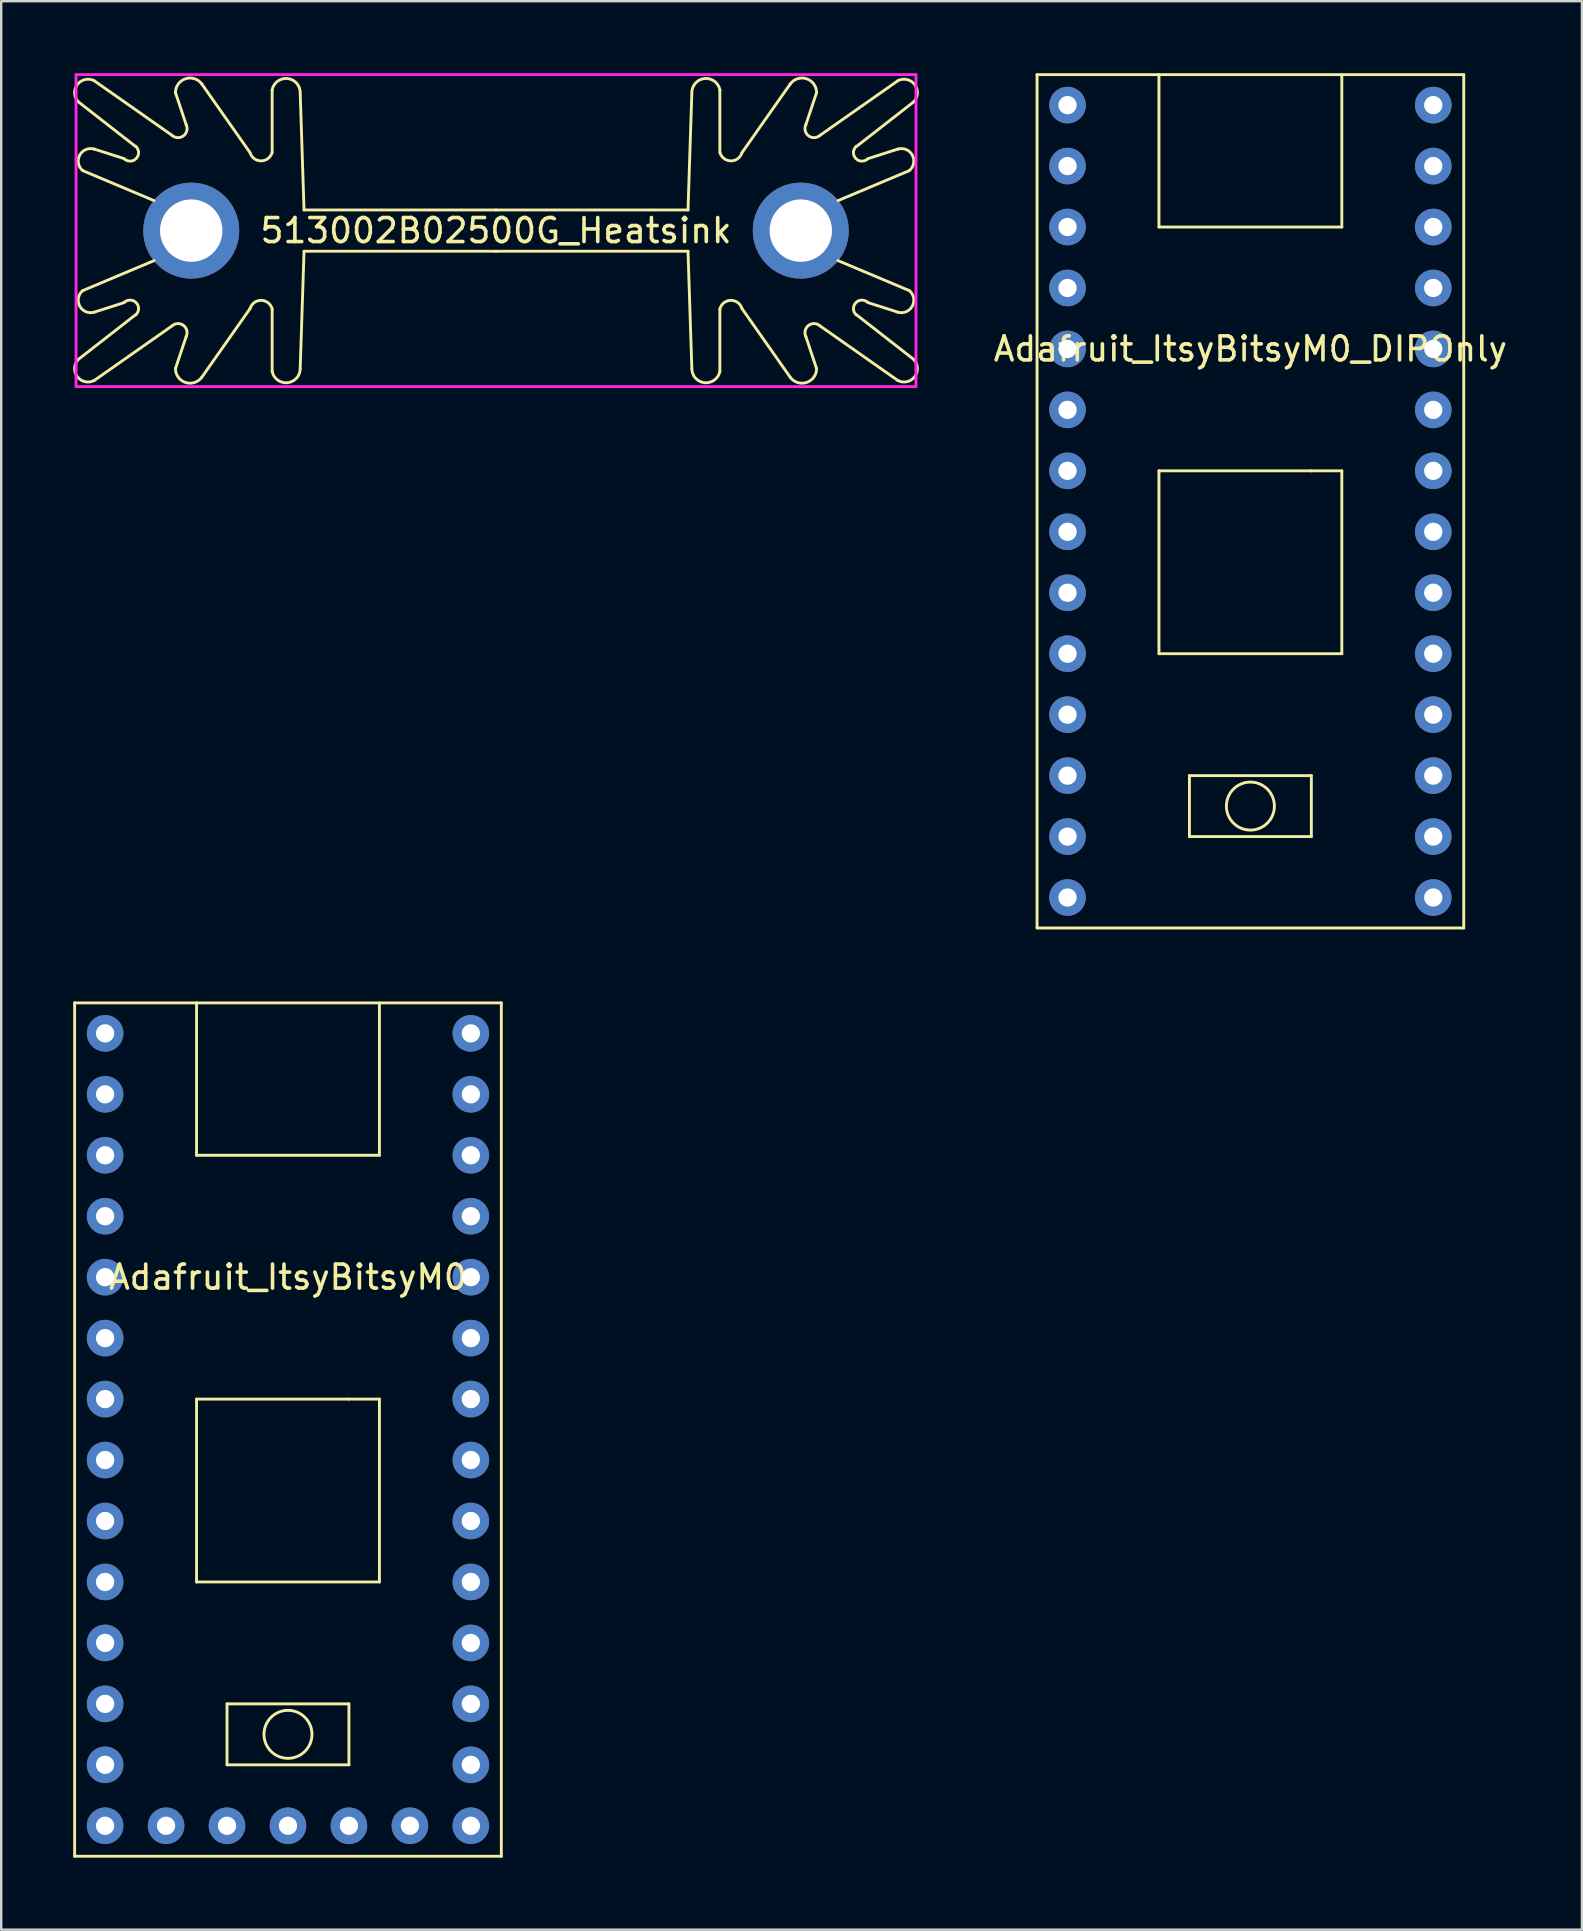
<source format=kicad_pcb>
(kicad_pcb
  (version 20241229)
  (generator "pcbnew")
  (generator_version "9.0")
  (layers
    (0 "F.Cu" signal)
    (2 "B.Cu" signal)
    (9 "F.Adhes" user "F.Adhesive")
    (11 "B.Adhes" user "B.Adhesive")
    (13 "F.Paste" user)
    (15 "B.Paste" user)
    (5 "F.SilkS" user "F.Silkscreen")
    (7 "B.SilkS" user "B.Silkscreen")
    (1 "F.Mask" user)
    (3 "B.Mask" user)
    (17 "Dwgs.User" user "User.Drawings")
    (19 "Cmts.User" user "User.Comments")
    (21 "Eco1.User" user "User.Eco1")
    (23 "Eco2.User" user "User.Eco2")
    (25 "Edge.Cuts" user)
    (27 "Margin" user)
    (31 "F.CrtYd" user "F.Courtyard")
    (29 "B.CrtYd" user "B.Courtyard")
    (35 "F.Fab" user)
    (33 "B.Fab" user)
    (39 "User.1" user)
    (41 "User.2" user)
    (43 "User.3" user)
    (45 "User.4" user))
  (footprint "513002B02500G_Heatsink"
    (layer "F.Cu")
    (at 17.619 6.56)
    (property "Reference" "513002B02500G_Heatsink" (at 0 0 0) (layer "F.SilkS") (effects (font (size 1 1) (thickness 0.15))))
    (attr through_hole)
    (fp_line (start -17.412 -5.372) (end -15.012 -3.5) (stroke (width 0.12) (type solid)) (layer "F.SilkS"))
    (fp_line (start -17.412 5.372) (end -15.012 3.5) (stroke (width 0.12) (type solid)) (layer "F.SilkS"))
    (fp_line (start -17.222 -2.5) (end -14.25 -1.25) (stroke (width 0.12) (type solid)) (layer "F.SilkS"))
    (fp_line (start -17.222 2.5) (end -14.25 1.25) (stroke (width 0.12) (type solid)) (layer "F.SilkS"))
    (fp_line (start -15.5 -3) (end -16.75 -3.4) (stroke (width 0.12) (type solid)) (layer "F.SilkS"))
    (fp_line (start -15.5 3) (end -16.75 3.4) (stroke (width 0.12) (type solid)) (layer "F.SilkS"))
    (fp_line (start -13.5 -3.97) (end -16.75 -6.25) (stroke (width 0.12) (type solid)) (layer "F.SilkS"))
    (fp_line (start -13.5 3.97) (end -16.75 6.25) (stroke (width 0.12) (type solid)) (layer "F.SilkS"))
    (fp_line (start -13.358 -5.75) (end -12.91 -4.411) (stroke (width 0.12) (type solid)) (layer "F.SilkS"))
    (fp_line (start -13.358 5.75) (end -12.91 4.411) (stroke (width 0.12) (type solid)) (layer "F.SilkS"))
    (fp_line (start -10.25 -3.25) (end -12.26 -6.11) (stroke (width 0.12) (type solid)) (layer "F.SilkS"))
    (fp_line (start -10.25 3.25) (end -12.26 6.11) (stroke (width 0.12) (type solid)) (layer "F.SilkS"))
    (fp_line (start -9.328 -5.868) (end -9.328 -3.265) (stroke (width 0.12) (type solid)) (layer "F.SilkS"))
    (fp_line (start -9.328 5.868) (end -9.328 3.265) (stroke (width 0.12) (type solid)) (layer "F.SilkS"))
    (fp_line (start -8.16 -5.75) (end -8 -0.86) (stroke (width 0.12) (type solid)) (layer "F.SilkS"))
    (fp_line (start -8.16 5.75) (end -8 0.86) (stroke (width 0.12) (type solid)) (layer "F.SilkS"))
    (fp_line (start -8 -0.86) (end 0 -0.86) (stroke (width 0.12) (type solid)) (layer "F.SilkS"))
    (fp_line (start -8 0.86) (end 0 0.86) (stroke (width 0.12) (type solid)) (layer "F.SilkS"))
    (fp_line (start 8 -0.86) (end 0 -0.86) (stroke (width 0.12) (type solid)) (layer "F.SilkS"))
    (fp_line (start 8 0.86) (end 0 0.86) (stroke (width 0.12) (type solid)) (layer "F.SilkS"))
    (fp_line (start 8.16 -5.75) (end 8 -0.86) (stroke (width 0.12) (type solid)) (layer "F.SilkS"))
    (fp_line (start 8.16 5.75) (end 8 0.86) (stroke (width 0.12) (type solid)) (layer "F.SilkS"))
    (fp_line (start 9.328 -5.868) (end 9.328 -3.265) (stroke (width 0.12) (type solid)) (layer "F.SilkS"))
    (fp_line (start 9.328 5.868) (end 9.328 3.265) (stroke (width 0.12) (type solid)) (layer "F.SilkS"))
    (fp_line (start 10.25 -3.25) (end 12.26 -6.11) (stroke (width 0.12) (type solid)) (layer "F.SilkS"))
    (fp_line (start 10.25 3.25) (end 12.26 6.11) (stroke (width 0.12) (type solid)) (layer "F.SilkS"))
    (fp_line (start 13.358 -5.75) (end 12.91 -4.411) (stroke (width 0.12) (type solid)) (layer "F.SilkS"))
    (fp_line (start 13.358 5.75) (end 12.91 4.411) (stroke (width 0.12) (type solid)) (layer "F.SilkS"))
    (fp_line (start 13.5 -3.97) (end 16.75 -6.25) (stroke (width 0.12) (type solid)) (layer "F.SilkS"))
    (fp_line (start 13.5 3.97) (end 16.75 6.25) (stroke (width 0.12) (type solid)) (layer "F.SilkS"))
    (fp_line (start 15.5 -3) (end 16.75 -3.4) (stroke (width 0.12) (type solid)) (layer "F.SilkS"))
    (fp_line (start 15.5 3) (end 16.75 3.4) (stroke (width 0.12) (type solid)) (layer "F.SilkS"))
    (fp_line (start 17.222 -2.5) (end 14.25 -1.25) (stroke (width 0.12) (type solid)) (layer "F.SilkS"))
    (fp_line (start 17.222 2.5) (end 14.25 1.25) (stroke (width 0.12) (type solid)) (layer "F.SilkS"))
    (fp_line (start 17.412 -5.372) (end 15.012 -3.5) (stroke (width 0.12) (type solid)) (layer "F.SilkS"))
    (fp_line (start 17.412 5.372) (end 15.012 3.5) (stroke (width 0.12) (type solid)) (layer "F.SilkS"))
    (fp_arc (start -17.411926 -5.372089) (mid -17.44636 -6.086546) (end -16.75 -6.25) (stroke (width 0.12) (type solid)) (layer "F.SilkS"))
    (fp_arc (start -17.221567 -2.5) (mid -17.349875 -3.140649) (end -16.75 -3.399579) (stroke (width 0.12) (type solid)) (layer "F.SilkS"))
    (fp_arc (start -16.75 3.399579) (mid -17.349966 3.140476) (end -17.221265 2.499749) (stroke (width 0.12) (type solid)) (layer "F.SilkS"))
    (fp_arc (start -16.75 6.25) (mid -17.446363 6.086542) (end -17.41192 5.372082) (stroke (width 0.12) (type solid)) (layer "F.SilkS"))
    (fp_arc (start -15.5 3) (mid -14.993967 3.006183) (end -15.012511 3.511914) (stroke (width 0.12) (type solid)) (layer "F.SilkS"))
    (fp_arc (start -15.01229 -3.511714) (mid -14.994069 -3.006075) (end -15.5 -3) (stroke (width 0.12) (type solid)) (layer "F.SilkS"))
    (fp_arc (start -13.5 3.969531) (mid -13.025004 3.949102) (end -12.910286 4.41049) (stroke (width 0.12) (type solid)) (layer "F.SilkS"))
    (fp_arc (start -13.35803 -5.75) (mid -12.939428 -6.32777) (end -12.26 -6.11) (stroke (width 0.12) (type solid)) (layer "F.SilkS"))
    (fp_arc (start -12.910336 -4.410596) (mid -13.024957 -3.949138) (end -13.5 -3.969531) (stroke (width 0.12) (type solid)) (layer "F.SilkS"))
    (fp_arc (start -12.26 6.11) (mid -12.93945 6.327762) (end -13.35803 5.749952) (stroke (width 0.12) (type solid)) (layer "F.SilkS"))
    (fp_arc (start -10.25 3.25) (mid -9.782991 2.906304) (end -9.327932 3.265672) (stroke (width 0.12) (type solid)) (layer "F.SilkS"))
    (fp_arc (start -9.328495 -5.867659) (mid -8.700833 -6.338288) (end -8.16 -5.77) (stroke (width 0.12) (type solid)) (layer "F.SilkS"))
    (fp_arc (start -9.328025 -3.265308) (mid -9.783179 -2.906301) (end -10.25 -3.25) (stroke (width 0.12) (type solid)) (layer "F.SilkS"))
    (fp_arc (start -8.16 5.77) (mid -8.701028 6.338304) (end -9.328573 5.867276) (stroke (width 0.12) (type solid)) (layer "F.SilkS"))
    (fp_arc (start 8.16 -5.77) (mid 8.700833 -6.338288) (end 9.328495 -5.867659) (stroke (width 0.12) (type solid)) (layer "F.SilkS"))
    (fp_arc (start 9.327932 3.265672) (mid 9.782991 2.906304) (end 10.25 3.25) (stroke (width 0.12) (type solid)) (layer "F.SilkS"))
    (fp_arc (start 9.328573 5.867276) (mid 8.701028 6.338304) (end 8.16 5.77) (stroke (width 0.12) (type solid)) (layer "F.SilkS"))
    (fp_arc (start 10.25 -3.25) (mid 9.783179 -2.906301) (end 9.328025 -3.265308) (stroke (width 0.12) (type solid)) (layer "F.SilkS"))
    (fp_arc (start 12.26 -6.11) (mid 12.939427 -6.327769) (end 13.35803 -5.75) (stroke (width 0.12) (type solid)) (layer "F.SilkS"))
    (fp_arc (start 12.910286 4.41049) (mid 13.025004 3.949102) (end 13.5 3.969531) (stroke (width 0.12) (type solid)) (layer "F.SilkS"))
    (fp_arc (start 13.35803 5.749952) (mid 12.93945 6.327762) (end 12.26 6.11) (stroke (width 0.12) (type solid)) (layer "F.SilkS"))
    (fp_arc (start 13.5 -3.969531) (mid 13.024957 -3.949137) (end 12.910336 -4.410596) (stroke (width 0.12) (type solid)) (layer "F.SilkS"))
    (fp_arc (start 15.012511 3.511914) (mid 14.993967 3.006183) (end 15.5 3) (stroke (width 0.12) (type solid)) (layer "F.SilkS"))
    (fp_arc (start 15.5 -3) (mid 14.994069 -3.006075) (end 15.01229 -3.511714) (stroke (width 0.12) (type solid)) (layer "F.SilkS"))
    (fp_arc (start 16.75 -6.25) (mid 17.44636 -6.086546) (end 17.411926 -5.372089) (stroke (width 0.12) (type solid)) (layer "F.SilkS"))
    (fp_arc (start 16.75 -3.399579) (mid 17.349875 -3.140649) (end 17.221567 -2.5) (stroke (width 0.12) (type solid)) (layer "F.SilkS"))
    (fp_arc (start 17.221265 2.499749) (mid 17.349967 3.140476) (end 16.75 3.399579) (stroke (width 0.12) (type solid)) (layer "F.SilkS"))
    (fp_arc (start 17.41192 5.372082) (mid 17.446363 6.086542) (end 16.75 6.25) (stroke (width 0.12) (type solid)) (layer "F.SilkS"))
    (fp_line (start -17.5 -6.5) (end 17.5 -6.5) (stroke (width 0.12) (type solid)) (layer "F.CrtYd"))
    (fp_line (start -17.5 6.5) (end -17.5 -6.5) (stroke (width 0.12) (type solid)) (layer "F.CrtYd"))
    (fp_line (start 17.5 -6.5) (end 17.5 6.5) (stroke (width 0.12) (type solid)) (layer "F.CrtYd"))
    (fp_line (start 17.5 6.5) (end -17.5 6.5) (stroke (width 0.12) (type solid)) (layer "F.CrtYd"))
    (pad "1" thru_hole circle (at -12.7 0 180) (size 4 4) (drill 2.6) (layers "*.Cu" "*.Mask"))
    (pad "1" thru_hole circle (at 12.7 0) (size 4 4) (drill 2.6) (layers "*.Cu" "*.Mask")))
  (footprint "Adafruit_ItsyBitsyM0"
    (layer "F.Cu")
    (at 8.95 56.52)
    (property "Reference" "Adafruit_ItsyBitsyM0" (at 0 -6.35 0) (layer "F.SilkS") (effects (font (size 1 1) (thickness 0.15))))
    (attr through_hole)
    (fp_line (start -8.89 -17.78) (end 8.89 -17.78) (stroke (width 0.12) (type solid)) (layer "F.SilkS"))
    (fp_line (start -8.89 17.78) (end -8.89 -17.78) (stroke (width 0.12) (type solid)) (layer "F.SilkS"))
    (fp_line (start -3.81 -17.78) (end -3.81 -11.43) (stroke (width 0.12) (type solid)) (layer "F.SilkS"))
    (fp_line (start -3.81 -11.43) (end 3.81 -11.43) (stroke (width 0.12) (type solid)) (layer "F.SilkS"))
    (fp_line (start -3.81 -1.27) (end 2.54 -1.27) (stroke (width 0.12) (type solid)) (layer "F.SilkS"))
    (fp_line (start -3.81 6.35) (end -3.81 -1.27) (stroke (width 0.12) (type solid)) (layer "F.SilkS"))
    (fp_line (start -2.54 11.43) (end -2.54 13.97) (stroke (width 0.12) (type solid)) (layer "F.SilkS"))
    (fp_line (start -2.54 13.97) (end 2.54 13.97) (stroke (width 0.12) (type solid)) (layer "F.SilkS"))
    (fp_line (start 2.54 -1.27) (end 3.81 -1.27) (stroke (width 0.12) (type solid)) (layer "F.SilkS"))
    (fp_line (start 2.54 11.43) (end -2.54 11.43) (stroke (width 0.12) (type solid)) (layer "F.SilkS"))
    (fp_line (start 2.54 13.97) (end 2.54 11.43) (stroke (width 0.12) (type solid)) (layer "F.SilkS"))
    (fp_line (start 3.81 -11.43) (end 3.81 -17.78) (stroke (width 0.12) (type solid)) (layer "F.SilkS"))
    (fp_line (start 3.81 -1.27) (end 3.81 6.35) (stroke (width 0.12) (type solid)) (layer "F.SilkS"))
    (fp_line (start 3.81 6.35) (end -3.81 6.35) (stroke (width 0.12) (type solid)) (layer "F.SilkS"))
    (fp_line (start 8.89 -17.78) (end 8.89 17.78) (stroke (width 0.12) (type solid)) (layer "F.SilkS"))
    (fp_line (start 8.89 17.78) (end -8.89 17.78) (stroke (width 0.12) (type solid)) (layer "F.SilkS"))
    (fp_circle (center 0 12.7) (end 1 12.7) (stroke (width 0.12) (type solid)) (fill no) (layer "F.SilkS"))
    (pad "1" thru_hole circle (at -7.62 -16.51) (size 1.524 1.524) (drill 0.762) (layers "*.Cu" "*.Mask"))
    (pad "2" thru_hole circle (at -7.62 -13.97) (size 1.524 1.524) (drill 0.762) (layers "*.Cu" "*.Mask"))
    (pad "3" thru_hole circle (at -7.62 -11.43) (size 1.524 1.524) (drill 0.762) (layers "*.Cu" "*.Mask"))
    (pad "4" thru_hole circle (at -7.62 -8.89) (size 1.524 1.524) (drill 0.762) (layers "*.Cu" "*.Mask"))
    (pad "5" thru_hole circle (at -7.62 -6.35) (size 1.524 1.524) (drill 0.762) (layers "*.Cu" "*.Mask"))
    (pad "6" thru_hole circle (at -7.62 -3.81) (size 1.524 1.524) (drill 0.762) (layers "*.Cu" "*.Mask"))
    (pad "7" thru_hole circle (at -7.62 -1.27) (size 1.524 1.524) (drill 0.762) (layers "*.Cu" "*.Mask"))
    (pad "8" thru_hole circle (at -7.62 1.27) (size 1.524 1.524) (drill 0.762) (layers "*.Cu" "*.Mask"))
    (pad "9" thru_hole circle (at -7.62 3.81) (size 1.524 1.524) (drill 0.762) (layers "*.Cu" "*.Mask"))
    (pad "10" thru_hole circle (at -7.62 6.35) (size 1.524 1.524) (drill 0.762) (layers "*.Cu" "*.Mask"))
    (pad "11" thru_hole circle (at -7.62 8.89) (size 1.524 1.524) (drill 0.762) (layers "*.Cu" "*.Mask"))
    (pad "12" thru_hole circle (at -7.62 11.43) (size 1.524 1.524) (drill 0.762) (layers "*.Cu" "*.Mask"))
    (pad "13" thru_hole circle (at -7.62 13.97) (size 1.524 1.524) (drill 0.762) (layers "*.Cu" "*.Mask"))
    (pad "14" thru_hole circle (at -7.62 16.51) (size 1.524 1.524) (drill 0.762) (layers "*.Cu" "*.Mask"))
    (pad "15" thru_hole circle (at -5.08 16.51) (size 1.524 1.524) (drill 0.762) (layers "*.Cu" "*.Mask"))
    (pad "16" thru_hole circle (at -2.54 16.51) (size 1.524 1.524) (drill 0.762) (layers "*.Cu" "*.Mask"))
    (pad "17" thru_hole circle (at 0 16.51) (size 1.524 1.524) (drill 0.762) (layers "*.Cu" "*.Mask"))
    (pad "18" thru_hole circle (at 2.54 16.51) (size 1.524 1.524) (drill 0.762) (layers "*.Cu" "*.Mask"))
    (pad "19" thru_hole circle (at 5.08 16.51) (size 1.524 1.524) (drill 0.762) (layers "*.Cu" "*.Mask"))
    (pad "20" thru_hole circle (at 7.62 16.51) (size 1.524 1.524) (drill 0.762) (layers "*.Cu" "*.Mask"))
    (pad "21" thru_hole circle (at 7.62 13.97) (size 1.524 1.524) (drill 0.762) (layers "*.Cu" "*.Mask"))
    (pad "22" thru_hole circle (at 7.62 11.43) (size 1.524 1.524) (drill 0.762) (layers "*.Cu" "*.Mask"))
    (pad "23" thru_hole circle (at 7.62 8.89) (size 1.524 1.524) (drill 0.762) (layers "*.Cu" "*.Mask"))
    (pad "24" thru_hole circle (at 7.62 6.35) (size 1.524 1.524) (drill 0.762) (layers "*.Cu" "*.Mask"))
    (pad "25" thru_hole circle (at 7.62 3.81) (size 1.524 1.524) (drill 0.762) (layers "*.Cu" "*.Mask"))
    (pad "26" thru_hole circle (at 7.62 1.27) (size 1.524 1.524) (drill 0.762) (layers "*.Cu" "*.Mask"))
    (pad "27" thru_hole circle (at 7.62 -1.27) (size 1.524 1.524) (drill 0.762) (layers "*.Cu" "*.Mask"))
    (pad "28" thru_hole circle (at 7.62 -3.81) (size 1.524 1.524) (drill 0.762) (layers "*.Cu" "*.Mask"))
    (pad "29" thru_hole circle (at 7.62 -6.35) (size 1.524 1.524) (drill 0.762) (layers "*.Cu" "*.Mask"))
    (pad "30" thru_hole circle (at 7.62 -8.89) (size 1.524 1.524) (drill 0.762) (layers "*.Cu" "*.Mask"))
    (pad "31" thru_hole circle (at 7.62 -11.43) (size 1.524 1.524) (drill 0.762) (layers "*.Cu" "*.Mask"))
    (pad "32" thru_hole circle (at 7.62 -13.97) (size 1.524 1.524) (drill 0.762) (layers "*.Cu" "*.Mask"))
    (pad "33" thru_hole circle (at 7.62 -16.51) (size 1.524 1.524) (drill 0.762) (layers "*.Cu" "*.Mask")))
  (footprint "Adafruit_ItsyBitsyM0_DIPOnly"
    (layer "F.Cu")
    (at 49.054 17.84)
    (property "Reference" "Adafruit_ItsyBitsyM0_DIPOnly" (at 0 -6.35 0) (layer "F.SilkS") (effects (font (size 1 1) (thickness 0.15))))
    (attr through_hole)
    (fp_line (start -8.89 -17.78) (end 8.89 -17.78) (stroke (width 0.12) (type solid)) (layer "F.SilkS"))
    (fp_line (start -8.89 17.78) (end -8.89 -17.78) (stroke (width 0.12) (type solid)) (layer "F.SilkS"))
    (fp_line (start -3.81 -17.78) (end -3.81 -11.43) (stroke (width 0.12) (type solid)) (layer "F.SilkS"))
    (fp_line (start -3.81 -11.43) (end 3.81 -11.43) (stroke (width 0.12) (type solid)) (layer "F.SilkS"))
    (fp_line (start -3.81 -1.27) (end 2.54 -1.27) (stroke (width 0.12) (type solid)) (layer "F.SilkS"))
    (fp_line (start -3.81 6.35) (end -3.81 -1.27) (stroke (width 0.12) (type solid)) (layer "F.SilkS"))
    (fp_line (start -2.54 11.43) (end -2.54 13.97) (stroke (width 0.12) (type solid)) (layer "F.SilkS"))
    (fp_line (start -2.54 13.97) (end 2.54 13.97) (stroke (width 0.12) (type solid)) (layer "F.SilkS"))
    (fp_line (start 2.54 -1.27) (end 3.81 -1.27) (stroke (width 0.12) (type solid)) (layer "F.SilkS"))
    (fp_line (start 2.54 11.43) (end -2.54 11.43) (stroke (width 0.12) (type solid)) (layer "F.SilkS"))
    (fp_line (start 2.54 13.97) (end 2.54 11.43) (stroke (width 0.12) (type solid)) (layer "F.SilkS"))
    (fp_line (start 3.81 -11.43) (end 3.81 -17.78) (stroke (width 0.12) (type solid)) (layer "F.SilkS"))
    (fp_line (start 3.81 -1.27) (end 3.81 6.35) (stroke (width 0.12) (type solid)) (layer "F.SilkS"))
    (fp_line (start 3.81 6.35) (end -3.81 6.35) (stroke (width 0.12) (type solid)) (layer "F.SilkS"))
    (fp_line (start 8.89 -17.78) (end 8.89 17.78) (stroke (width 0.12) (type solid)) (layer "F.SilkS"))
    (fp_line (start 8.89 17.78) (end -8.89 17.78) (stroke (width 0.12) (type solid)) (layer "F.SilkS"))
    (fp_circle (center 0 12.7) (end 1 12.7) (stroke (width 0.12) (type solid)) (fill no) (layer "F.SilkS"))
    (pad "1" thru_hole circle (at -7.62 -16.51) (size 1.524 1.524) (drill 0.762) (layers "*.Cu" "*.Mask"))
    (pad "2" thru_hole circle (at -7.62 -13.97) (size 1.524 1.524) (drill 0.762) (layers "*.Cu" "*.Mask"))
    (pad "3" thru_hole circle (at -7.62 -11.43) (size 1.524 1.524) (drill 0.762) (layers "*.Cu" "*.Mask"))
    (pad "4" thru_hole circle (at -7.62 -8.89) (size 1.524 1.524) (drill 0.762) (layers "*.Cu" "*.Mask"))
    (pad "5" thru_hole circle (at -7.62 -6.35) (size 1.524 1.524) (drill 0.762) (layers "*.Cu" "*.Mask"))
    (pad "6" thru_hole circle (at -7.62 -3.81) (size 1.524 1.524) (drill 0.762) (layers "*.Cu" "*.Mask"))
    (pad "7" thru_hole circle (at -7.62 -1.27) (size 1.524 1.524) (drill 0.762) (layers "*.Cu" "*.Mask"))
    (pad "8" thru_hole circle (at -7.62 1.27) (size 1.524 1.524) (drill 0.762) (layers "*.Cu" "*.Mask"))
    (pad "9" thru_hole circle (at -7.62 3.81) (size 1.524 1.524) (drill 0.762) (layers "*.Cu" "*.Mask"))
    (pad "10" thru_hole circle (at -7.62 6.35) (size 1.524 1.524) (drill 0.762) (layers "*.Cu" "*.Mask"))
    (pad "11" thru_hole circle (at -7.62 8.89) (size 1.524 1.524) (drill 0.762) (layers "*.Cu" "*.Mask"))
    (pad "12" thru_hole circle (at -7.62 11.43) (size 1.524 1.524) (drill 0.762) (layers "*.Cu" "*.Mask"))
    (pad "13" thru_hole circle (at -7.62 13.97) (size 1.524 1.524) (drill 0.762) (layers "*.Cu" "*.Mask"))
    (pad "14" thru_hole circle (at -7.62 16.51) (size 1.524 1.524) (drill 0.762) (layers "*.Cu" "*.Mask"))
    (pad "20" thru_hole circle (at 7.62 16.51) (size 1.524 1.524) (drill 0.762) (layers "*.Cu" "*.Mask"))
    (pad "21" thru_hole circle (at 7.62 13.97) (size 1.524 1.524) (drill 0.762) (layers "*.Cu" "*.Mask"))
    (pad "22" thru_hole circle (at 7.62 11.43) (size 1.524 1.524) (drill 0.762) (layers "*.Cu" "*.Mask"))
    (pad "23" thru_hole circle (at 7.62 8.89) (size 1.524 1.524) (drill 0.762) (layers "*.Cu" "*.Mask"))
    (pad "24" thru_hole circle (at 7.62 6.35) (size 1.524 1.524) (drill 0.762) (layers "*.Cu" "*.Mask"))
    (pad "25" thru_hole circle (at 7.62 3.81) (size 1.524 1.524) (drill 0.762) (layers "*.Cu" "*.Mask"))
    (pad "26" thru_hole circle (at 7.62 1.27) (size 1.524 1.524) (drill 0.762) (layers "*.Cu" "*.Mask"))
    (pad "27" thru_hole circle (at 7.62 -1.27) (size 1.524 1.524) (drill 0.762) (layers "*.Cu" "*.Mask"))
    (pad "28" thru_hole circle (at 7.62 -3.81) (size 1.524 1.524) (drill 0.762) (layers "*.Cu" "*.Mask"))
    (pad "29" thru_hole circle (at 7.62 -6.35) (size 1.524 1.524) (drill 0.762) (layers "*.Cu" "*.Mask"))
    (pad "30" thru_hole circle (at 7.62 -8.89) (size 1.524 1.524) (drill 0.762) (layers "*.Cu" "*.Mask"))
    (pad "31" thru_hole circle (at 7.62 -11.43) (size 1.524 1.524) (drill 0.762) (layers "*.Cu" "*.Mask"))
    (pad "32" thru_hole circle (at 7.62 -13.97) (size 1.524 1.524) (drill 0.762) (layers "*.Cu" "*.Mask"))
    (pad "33" thru_hole circle (at 7.62 -16.51) (size 1.524 1.524) (drill 0.762) (layers "*.Cu" "*.Mask")))
  (gr_rect
    (start -3 -3)
    (end 62.869 77.36)
    (stroke (width 0.1) (type default))
    (fill no)
    (layer "Edge.Cuts")))
</source>
